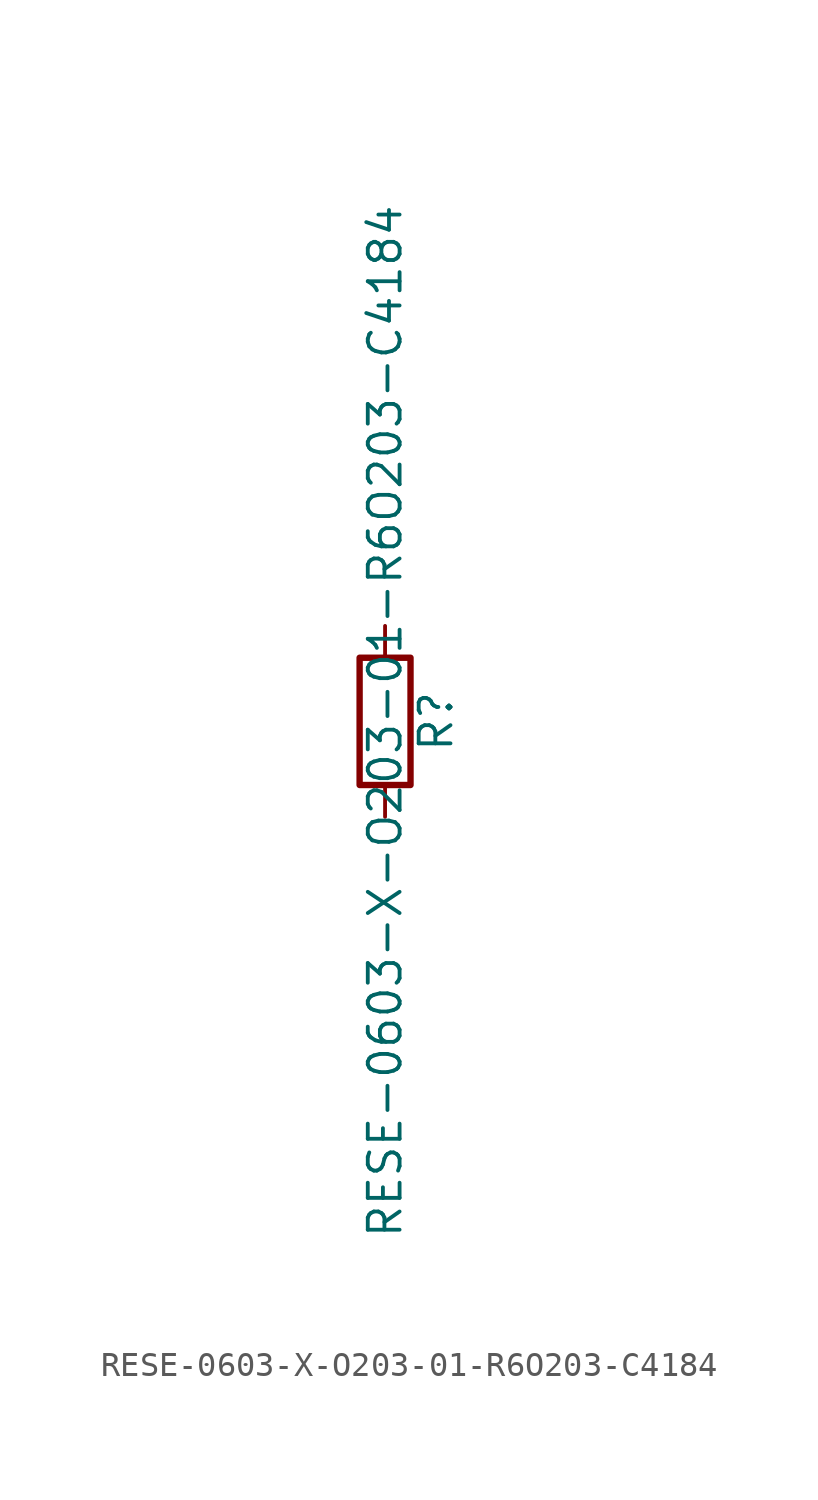
<source format=kicad_sym>
(kicad_symbol_lib
  (version 20211014)
  (generator kicad_symbol_editor)
  (symbol "RESE-0603-X-O203-01-R6O203-C4184"
    (pin_numbers hide)
    (pin_names
      (offset 0))
    (property "Reference" "R"
      (at 2.032 0 90)
      (effects (font (size 1.27 1.27))))
    (property "Value" "RESE-0603-X-O203-01-R6O203-C4184"
      (at 0 0 90)
      (effects (font (size 1.27 1.27))))
    (symbol "RESE-0603-X-O203-01-R6O203-C4184_0_1"
      (rectangle (start -1.016 -2.54) (end 1.016 2.54) (stroke (width 0.254) (type default) (color 0 0 0 0)) (fill (type none))))
    (symbol "RESE-0603-X-O203-01-R6O203-C4184_1_1"
      (pin passive line (at 0 3.81 270) (length 1.27) (name "~" (effects (font (size 1.27 1.27)))) (number "1" (effects (font (size 1.27 1.27)))))
      (pin passive line (at 0 -3.81 90) (length 1.27) (name "~" (effects (font (size 1.27 1.27)))) (number "2" (effects (font (size 1.27 1.27))))))))
</source>
